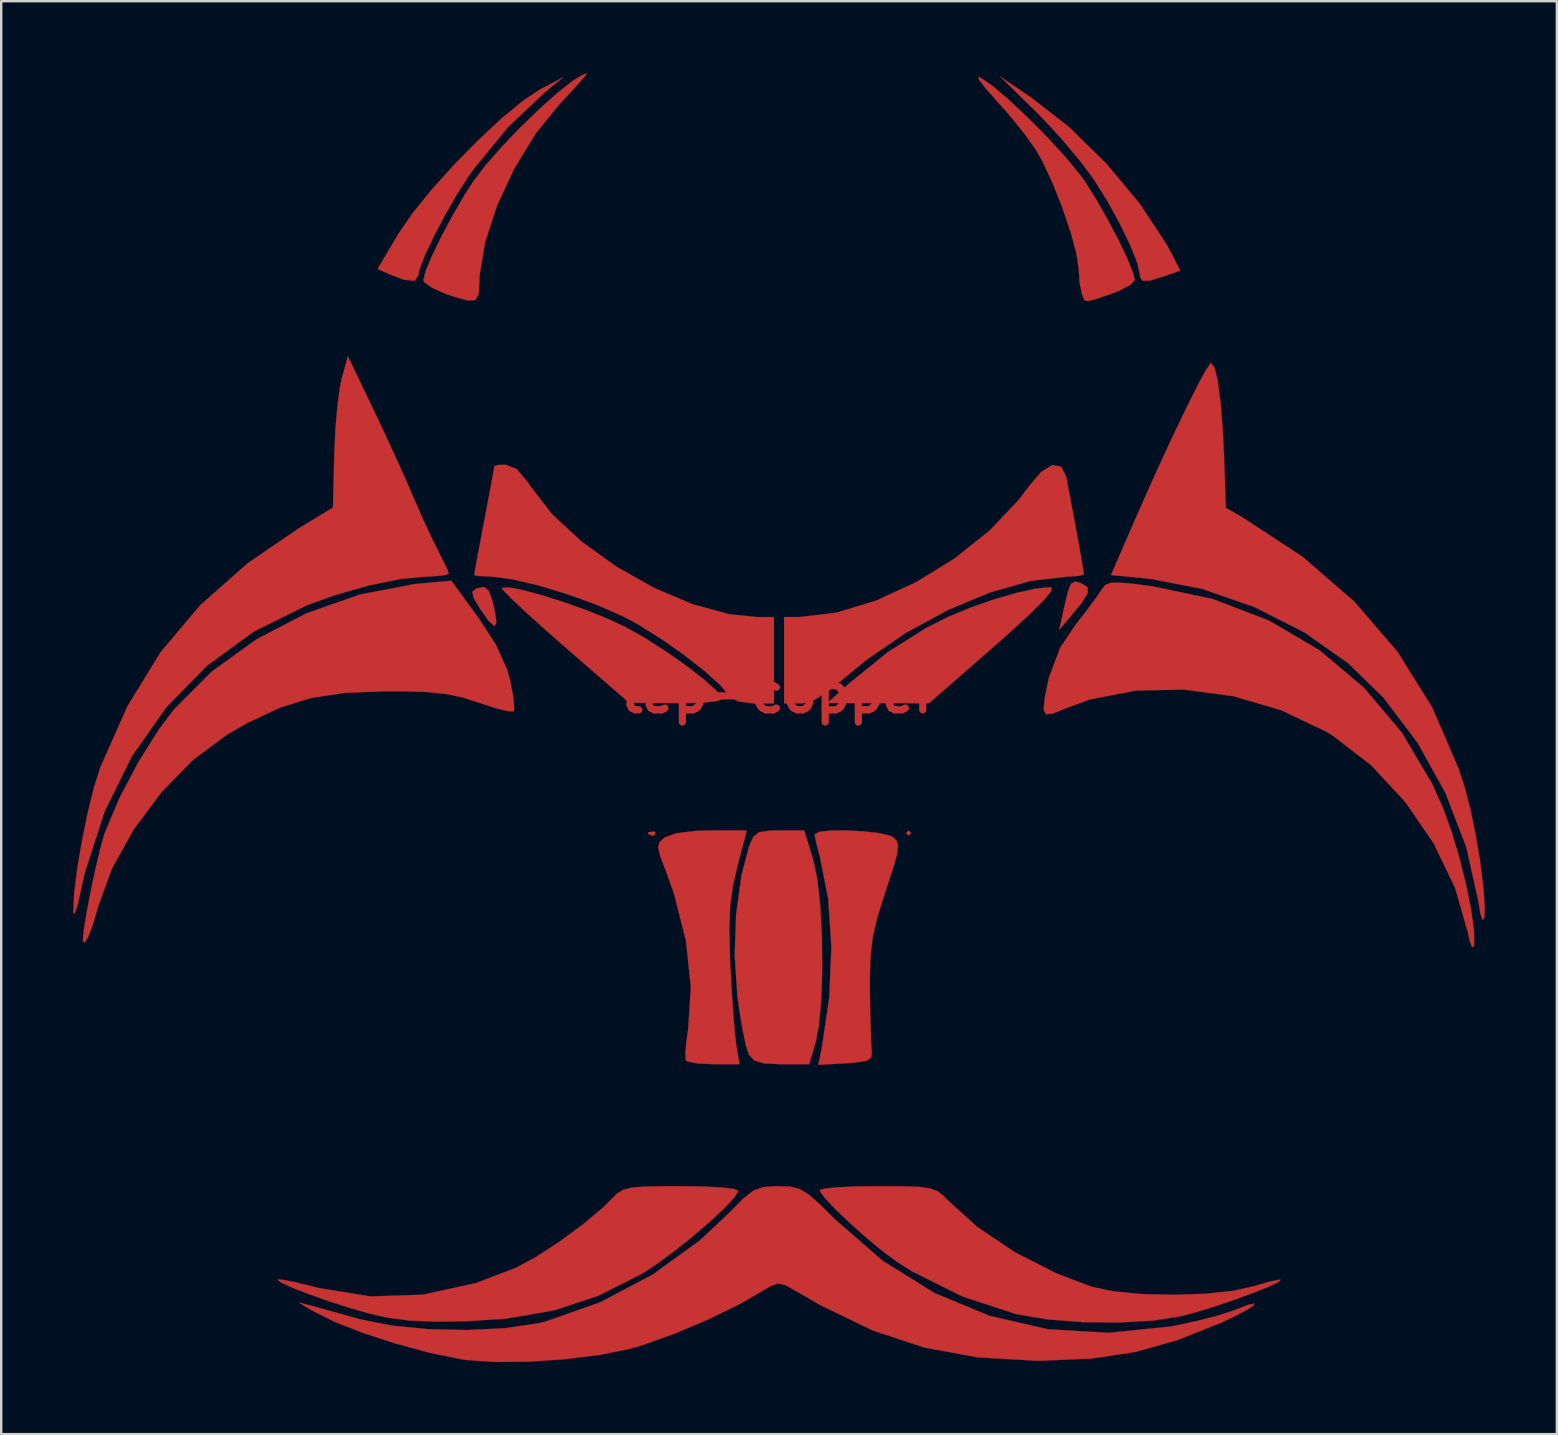
<source format=kicad_pcb>
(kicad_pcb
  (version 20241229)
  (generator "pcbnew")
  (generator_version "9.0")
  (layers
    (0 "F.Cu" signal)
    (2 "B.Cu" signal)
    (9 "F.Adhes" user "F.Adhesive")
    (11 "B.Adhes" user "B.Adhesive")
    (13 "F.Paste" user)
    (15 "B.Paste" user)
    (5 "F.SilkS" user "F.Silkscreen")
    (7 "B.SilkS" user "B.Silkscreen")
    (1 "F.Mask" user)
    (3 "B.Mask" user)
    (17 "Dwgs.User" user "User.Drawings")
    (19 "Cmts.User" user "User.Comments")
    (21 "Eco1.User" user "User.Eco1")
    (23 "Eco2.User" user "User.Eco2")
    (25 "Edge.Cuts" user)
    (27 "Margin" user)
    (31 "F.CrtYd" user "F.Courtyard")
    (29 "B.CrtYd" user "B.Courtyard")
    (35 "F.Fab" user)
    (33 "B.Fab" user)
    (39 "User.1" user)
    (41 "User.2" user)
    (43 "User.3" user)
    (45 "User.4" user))
  (footprint "tep-copper"
    (layer "F.Cu")
    (at 29.4 25.828)
    (property "Reference" "tep-copper" (at 0 0 0) (layer "F.Cu") (effects (font (size 1.524 1.524) (thickness 0.3))))
    (attr through_hole)
    (fp_poly (pts (xy 5.503 5.821) (xy 5.397 5.927) (xy 5.292 5.821) (xy 5.397 5.715) (xy 5.503 5.821)) (stroke (width 0.01) (type solid)) (fill yes) (layer "F.Cu"))
    (fp_poly (pts (xy -5.151 5.786) (xy -5.18 5.911) (xy -5.292 5.927) (xy -5.466 5.849) (xy -5.433 5.786) (xy -5.182 5.76) (xy -5.151 5.786)) (stroke (width 0.01) (type solid)) (fill yes) (layer "F.Cu"))
    (fp_poly (pts (xy 12.585 -4.584) (xy 12.847 -4.42) (xy 12.857 -4.168) (xy 12.594 -3.75) (xy 12.292 -3.379) (xy 11.673 -2.646) (xy 11.88 -3.592) (xy 12.036 -4.248) (xy 12.169 -4.574) (xy 12.34 -4.654) (xy 12.585 -4.584)) (stroke (width 0.01) (type solid)) (fill yes) (layer "F.Cu"))
    (fp_poly (pts (xy -12.085 -4.263) (xy -11.923 -3.789) (xy -11.857 -3.509) (xy -11.771 -2.957) (xy -11.849 -2.791) (xy -12.096 -3.011) (xy -12.44 -3.5) (xy -12.725 -3.98) (xy -12.774 -4.232) (xy -12.605 -4.364) (xy -12.59 -4.37) (xy -12.284 -4.43) (xy -12.085 -4.263)) (stroke (width 0.01) (type solid)) (fill yes) (layer "F.Cu"))
    (fp_poly (pts (xy 11.356 -4.406) (xy 11.337 -4.249) (xy 11 -3.847) (xy 10.358 -3.215) (xy 9.429 -2.368) (xy 8.968 -1.962) (xy 6.244 0.414) (xy 2.011 0.405) (xy 2.963 -0.446) (xy 4.534 -1.718) (xy 6.116 -2.714) (xy 7.042 -3.181) (xy 7.935 -3.554) (xy 8.913 -3.896) (xy 9.867 -4.175) (xy 10.685 -4.359) (xy 11.256 -4.417) (xy 11.356 -4.406)) (stroke (width 0.01) (type solid)) (fill yes) (layer "F.Cu"))
    (fp_poly (pts (xy 10.502 -24.816) (xy 12.097 -23.571) (xy 13.638 -22.059) (xy 15.018 -20.402) (xy 16.13 -18.717) (xy 16.369 -18.275) (xy 16.713 -17.607) (xy 16.051 -17.376) (xy 15.446 -17.189) (xy 15.138 -17.18) (xy 15.034 -17.355) (xy 15.028 -17.456) (xy 14.92 -17.937) (xy 14.626 -18.671) (xy 14.197 -19.558) (xy 13.68 -20.498) (xy 13.124 -21.39) (xy 13.107 -21.415) (xy 12.527 -22.192) (xy 11.768 -23.094) (xy 10.966 -23.963) (xy 10.707 -24.223) (xy 9.207 -25.692) (xy 10.502 -24.816)) (stroke (width 0.01) (type solid)) (fill yes) (layer "F.Cu"))
    (fp_poly (pts (xy -9.737 -25.051) (xy -11.29 -23.583) (xy -12.727 -21.826) (xy -12.936 -21.532) (xy -13.422 -20.775) (xy -13.919 -19.909) (xy -14.378 -19.034) (xy -14.748 -18.25) (xy -14.978 -17.655) (xy -15.028 -17.41) (xy -15.172 -17.183) (xy -15.616 -17.223) (xy -16.14 -17.419) (xy -16.722 -17.674) (xy -15.843 -19.156) (xy -15.262 -20.001) (xy -14.465 -20.983) (xy -13.528 -22.022) (xy -12.53 -23.038) (xy -11.55 -23.952) (xy -10.664 -24.684) (xy -9.951 -25.155) (xy -9.948 -25.156) (xy -8.996 -25.654) (xy -9.737 -25.051)) (stroke (width 0.01) (type solid)) (fill yes) (layer "F.Cu"))
    (fp_poly (pts (xy -10.694 -4.305) (xy -9.901 -4.092) (xy -8.987 -3.803) (xy -8.041 -3.468) (xy -7.153 -3.114) (xy -6.413 -2.77) (xy -6.401 -2.764) (xy -5.566 -2.29) (xy -4.686 -1.725) (xy -3.842 -1.131) (xy -3.119 -0.568) (xy -2.597 -0.098) (xy -2.364 0.213) (xy -2.528 0.315) (xy -3.068 0.382) (xy -3.941 0.41) (xy -4.269 0.409) (xy -6.244 0.395) (xy -8.945 -1.952) (xy -9.829 -2.729) (xy -10.58 -3.409) (xy -11.149 -3.944) (xy -11.485 -4.287) (xy -11.554 -4.391) (xy -11.275 -4.414) (xy -10.694 -4.305)) (stroke (width 0.01) (type solid)) (fill yes) (layer "F.Cu"))
    (fp_poly (pts (xy 1.423 6.932) (xy 1.596 7.76) (xy 1.718 8.879) (xy 1.786 10.169) (xy 1.8 11.509) (xy 1.757 12.779) (xy 1.657 13.856) (xy 1.519 14.552) (xy 1.254 15.452) (xy 0.105 15.452) (xy -0.613 15.419) (xy -1.029 15.297) (xy -1.257 15.053) (xy -1.261 15.045) (xy -1.382 14.664) (xy -1.525 13.979) (xy -1.667 13.106) (xy -1.734 12.613) (xy -1.847 10.93) (xy -1.787 9.203) (xy -1.566 7.587) (xy -1.247 6.374) (xy -1.073 5.977) (xy -0.826 5.783) (xy -0.368 5.72) (xy 0.015 5.715) (xy 1.047 5.715) (xy 1.423 6.932)) (stroke (width 0.01) (type solid)) (fill yes) (layer "F.Cu"))
    (fp_poly (pts (xy -1.745 7.25) (xy -1.928 8.054) (xy -2.034 8.831) (xy -2.071 9.713) (xy -2.05 10.834) (xy -2.03 11.324) (xy -1.972 12.404) (xy -1.905 13.405) (xy -1.836 14.208) (xy -1.781 14.658) (xy -1.647 15.452) (xy -2.716 15.452) (xy -3.346 15.423) (xy -3.778 15.349) (xy -3.881 15.293) (xy -3.902 15.012) (xy -3.853 14.455) (xy -3.783 13.97) (xy -3.673 12.232) (xy -3.876 10.321) (xy -4.378 8.336) (xy -4.703 7.432) (xy -4.948 6.786) (xy -5.038 6.413) (xy -4.977 6.195) (xy -4.771 6.012) (xy -4.758 6.003) (xy -4.28 5.83) (xy -3.469 5.732) (xy -2.855 5.715) (xy -1.345 5.715) (xy -1.745 7.25)) (stroke (width 0.01) (type solid)) (fill yes) (layer "F.Cu"))
    (fp_poly (pts (xy -8.103 -25.683) (xy -8.432 -25.308) (xy -8.93 -24.77) (xy -9.14 -24.547) (xy -10.142 -23.309) (xy -11.027 -21.863) (xy -11.744 -20.321) (xy -12.244 -18.794) (xy -12.476 -17.395) (xy -12.486 -17.092) (xy -12.515 -16.613) (xy -12.655 -16.379) (xy -12.989 -16.363) (xy -13.601 -16.54) (xy -13.917 -16.65) (xy -14.457 -16.891) (xy -14.778 -17.131) (xy -14.816 -17.216) (xy -14.713 -17.607) (xy -14.438 -18.259) (xy -14.041 -19.072) (xy -13.571 -19.948) (xy -13.081 -20.787) (xy -12.737 -21.32) (xy -12.223 -21.993) (xy -11.55 -22.761) (xy -10.785 -23.56) (xy -9.994 -24.326) (xy -9.247 -24.995) (xy -8.608 -25.503) (xy -8.146 -25.786) (xy -8.005 -25.823) (xy -8.103 -25.683)) (stroke (width 0.01) (type solid)) (fill yes) (layer "F.Cu"))
    (fp_poly (pts (xy 11.746 -9.442) (xy 11.951 -9.049) (xy 12.033 -8.642) (xy 12.158 -7.988) (xy 12.305 -7.199) (xy 12.453 -6.388) (xy 12.582 -5.668) (xy 12.671 -5.15) (xy 12.7 -4.951) (xy 12.515 -4.893) (xy 12.063 -4.862) (xy 12.012 -4.861) (xy 10.49 -4.683) (xy 8.804 -4.207) (xy 7.041 -3.474) (xy 5.293 -2.524) (xy 3.649 -1.398) (xy 2.84 -0.734) (xy 2.062 -0.094) (xy 1.476 0.273) (xy 0.998 0.416) (xy 0.867 0.423) (xy 0.212 0.423) (xy 0.212 -3.175) (xy 0.836 -3.175) (xy 2.375 -3.353) (xy 4.026 -3.852) (xy 5.702 -4.624) (xy 7.314 -5.616) (xy 8.774 -6.78) (xy 9.992 -8.065) (xy 10.387 -8.595) (xy 10.914 -9.217) (xy 11.382 -9.504) (xy 11.746 -9.442)) (stroke (width 0.01) (type solid)) (fill yes) (layer "F.Cu"))
    (fp_poly (pts (xy 3.535 5.751) (xy 4.181 5.826) (xy 4.635 5.935) (xy 4.734 5.985) (xy 4.894 6.135) (xy 4.959 6.341) (xy 4.918 6.687) (xy 4.76 7.256) (xy 4.475 8.132) (xy 4.432 8.26) (xy 4.102 9.304) (xy 3.904 10.143) (xy 3.806 10.965) (xy 3.78 11.957) (xy 3.783 12.382) (xy 3.798 13.33) (xy 3.82 14.154) (xy 3.845 14.737) (xy 3.86 14.922) (xy 3.842 15.171) (xy 3.638 15.311) (xy 3.155 15.385) (xy 2.776 15.411) (xy 1.636 15.476) (xy 1.781 14.776) (xy 2.092 12.683) (xy 2.18 10.568) (xy 2.048 8.559) (xy 1.696 6.784) (xy 1.693 6.772) (xy 1.553 6.242) (xy 1.483 5.9) (xy 1.482 5.875) (xy 1.671 5.772) (xy 2.158 5.72) (xy 2.82 5.715) (xy 3.535 5.751)) (stroke (width 0.01) (type solid)) (fill yes) (layer "F.Cu"))
    (fp_poly (pts (xy 8.372 -25.658) (xy 8.894 -25.298) (xy 9.601 -24.696) (xy 10.407 -23.937) (xy 11.227 -23.106) (xy 11.975 -22.286) (xy 12.566 -21.563) (xy 12.727 -21.339) (xy 13.204 -20.585) (xy 13.696 -19.722) (xy 14.153 -18.851) (xy 14.524 -18.07) (xy 14.759 -17.477) (xy 14.816 -17.218) (xy 14.634 -17.014) (xy 14.167 -16.767) (xy 13.826 -16.636) (xy 13.205 -16.423) (xy 12.876 -16.334) (xy 12.73 -16.368) (xy 12.656 -16.525) (xy 12.617 -16.633) (xy 12.523 -17.08) (xy 12.486 -17.639) (xy 12.394 -18.288) (xy 12.152 -19.188) (xy 11.805 -20.216) (xy 11.396 -21.248) (xy 10.972 -22.158) (xy 10.697 -22.642) (xy 10.23 -23.297) (xy 9.606 -24.073) (xy 9.017 -24.737) (xy 8.564 -25.246) (xy 8.32 -25.578) (xy 8.323 -25.678) (xy 8.372 -25.658)) (stroke (width 0.01) (type solid)) (fill yes) (layer "F.Cu"))
    (fp_poly (pts (xy -10.921 -9.333) (xy -10.445 -8.764) (xy -10.372 -8.647) (xy -9.46 -7.465) (xy -8.236 -6.327) (xy -6.794 -5.288) (xy -5.224 -4.399) (xy -3.621 -3.716) (xy -2.077 -3.292) (xy -0.908 -3.175) (xy -0.212 -3.175) (xy -0.212 0.423) (xy -1.048 0.423) (xy -1.659 0.351) (xy -2.029 0.166) (xy -2.053 0.132) (xy -2.437 -0.329) (xy -3.098 -0.926) (xy -3.944 -1.589) (xy -4.881 -2.249) (xy -5.817 -2.837) (xy -6.456 -3.183) (xy -7.545 -3.666) (xy -8.763 -4.111) (xy -9.989 -4.484) (xy -11.101 -4.747) (xy -11.977 -4.865) (xy -12.099 -4.868) (xy -12.53 -4.885) (xy -12.7 -4.922) (xy -12.663 -5.138) (xy -12.563 -5.683) (xy -12.415 -6.467) (xy -12.277 -7.197) (xy -12.104 -8.108) (xy -11.965 -8.849) (xy -11.877 -9.331) (xy -11.853 -9.472) (xy -11.673 -9.511) (xy -11.377 -9.519) (xy -10.921 -9.333)) (stroke (width 0.01) (type solid)) (fill yes) (layer "F.Cu"))
    (fp_poly (pts (xy 18.144 -13.555) (xy 18.279 -12.978) (xy 18.395 -12.077) (xy 18.487 -10.902) (xy 18.537 -9.842) (xy 18.61 -7.726) (xy 19.306 -7.327) (xy 21.818 -5.678) (xy 23.967 -3.815) (xy 25.76 -1.731) (xy 27.204 0.585) (xy 28.307 3.141) (xy 28.542 3.857) (xy 28.785 4.773) (xy 29.009 5.846) (xy 29.197 6.961) (xy 29.331 8.001) (xy 29.394 8.85) (xy 29.376 9.347) (xy 29.309 9.454) (xy 29.217 9.178) (xy 29.132 8.678) (xy 28.623 6.395) (xy 27.762 4.16) (xy 26.598 2.061) (xy 25.18 0.186) (xy 23.703 -1.256) (xy 21.875 -2.541) (xy 19.805 -3.59) (xy 17.617 -4.351) (xy 15.438 -4.771) (xy 15.249 -4.791) (xy 13.826 -4.923) (xy 14.756 -7.065) (xy 15.362 -8.44) (xy 15.963 -9.766) (xy 16.534 -10.988) (xy 17.047 -12.052) (xy 17.477 -12.904) (xy 17.796 -13.487) (xy 17.979 -13.749) (xy 17.998 -13.758) (xy 18.144 -13.555)) (stroke (width 0.01) (type solid)) (fill yes) (layer "F.Cu"))
    (fp_poly (pts (xy -3.14 20.547) (xy -2.368 20.589) (xy -1.858 20.651) (xy -1.693 20.719) (xy -1.852 20.993) (xy -2.279 21.45) (xy -2.899 22.026) (xy -3.636 22.657) (xy -4.417 23.278) (xy -5.165 23.825) (xy -5.728 24.188) (xy -7.516 25.09) (xy -9.352 25.699) (xy -11.352 26.047) (xy -13.018 26.157) (xy -14.352 26.173) (xy -15.398 26.128) (xy -16.29 26.011) (xy -17.039 25.843) (xy -17.862 25.609) (xy -18.731 25.33) (xy -19.556 25.039) (xy -20.25 24.77) (xy -20.725 24.554) (xy -20.893 24.424) (xy -20.888 24.416) (xy -20.664 24.431) (xy -20.132 24.538) (xy -19.395 24.715) (xy -19.138 24.781) (xy -17.011 25.124) (xy -14.834 25.051) (xy -12.628 24.567) (xy -10.978 23.938) (xy -10.136 23.486) (xy -9.153 22.847) (xy -8.174 22.128) (xy -7.345 21.432) (xy -7.001 21.091) (xy -6.759 20.849) (xy -6.505 20.689) (xy -6.15 20.595) (xy -5.605 20.548) (xy -4.78 20.533) (xy -4.091 20.532) (xy -3.14 20.547)) (stroke (width 0.01) (type solid)) (fill yes) (layer "F.Cu"))
    (fp_poly (pts (xy 14.845 -4.548) (xy 15.53 -4.461) (xy 18.071 -3.925) (xy 20.405 -3.03) (xy 22.51 -1.795) (xy 24.361 -0.235) (xy 25.937 1.631) (xy 27.215 3.787) (xy 27.664 4.792) (xy 28.013 5.757) (xy 28.339 6.852) (xy 28.619 7.976) (xy 28.83 9.025) (xy 28.95 9.896) (xy 28.955 10.486) (xy 28.945 10.542) (xy 28.866 10.579) (xy 28.758 10.268) (xy 28.699 9.988) (xy 28.161 8.103) (xy 27.266 6.249) (xy 26.077 4.516) (xy 24.658 2.993) (xy 23.071 1.768) (xy 22.779 1.59) (xy 20.915 0.704) (xy 18.916 0.119) (xy 16.867 -0.156) (xy 14.853 -0.113) (xy 12.96 0.254) (xy 11.906 0.638) (xy 11.406 0.844) (xy 11.121 0.879) (xy 11.019 0.681) (xy 11.069 0.191) (xy 11.242 -0.652) (xy 11.243 -0.658) (xy 11.713 -1.901) (xy 12.354 -2.857) (xy 12.842 -3.484) (xy 13.242 -4.026) (xy 13.447 -4.331) (xy 13.585 -4.508) (xy 13.803 -4.599) (xy 14.193 -4.611) (xy 14.845 -4.548)) (stroke (width 0.01) (type solid)) (fill yes) (layer "F.Cu"))
    (fp_poly (pts (xy 5.133 20.536) (xy 5.841 20.561) (xy 6.303 20.624) (xy 6.609 20.741) (xy 6.848 20.93) (xy 7.001 21.091) (xy 8.257 22.23) (xy 9.819 23.28) (xy 11.571 24.172) (xy 13.018 24.72) (xy 13.925 24.912) (xy 15.109 25.024) (xy 16.429 25.058) (xy 17.746 25.013) (xy 18.92 24.89) (xy 19.781 24.699) (xy 20.384 24.52) (xy 20.798 24.429) (xy 20.904 24.432) (xy 20.772 24.544) (xy 20.326 24.747) (xy 19.661 25.009) (xy 18.866 25.297) (xy 18.034 25.576) (xy 17.257 25.813) (xy 16.771 25.942) (xy 15.595 26.128) (xy 14.166 26.211) (xy 12.638 26.194) (xy 11.167 26.078) (xy 9.91 25.866) (xy 9.842 25.849) (xy 7.626 25.12) (xy 5.547 24.083) (xy 4.928 23.692) (xy 4.339 23.258) (xy 3.666 22.703) (xy 2.986 22.1) (xy 2.379 21.523) (xy 1.925 21.044) (xy 1.703 20.738) (xy 1.693 20.698) (xy 1.891 20.632) (xy 2.428 20.578) (xy 3.219 20.543) (xy 4.091 20.532) (xy 5.133 20.536)) (stroke (width 0.01) (type solid)) (fill yes) (layer "F.Cu"))
    (fp_poly (pts (xy -16.902 -11.832) (xy -16.397 -10.762) (xy -15.885 -9.65) (xy -15.44 -8.655) (xy -15.222 -8.149) (xy -14.85 -7.296) (xy -14.475 -6.482) (xy -14.178 -5.885) (xy -14.178 -5.885) (xy -13.917 -5.373) (xy -13.77 -5.035) (xy -13.758 -4.985) (xy -13.947 -4.913) (xy -14.422 -4.87) (xy -14.658 -4.865) (xy -15.743 -4.766) (xy -17.069 -4.496) (xy -18.505 -4.086) (xy -19.658 -3.672) (xy -21.86 -2.582) (xy -23.823 -1.153) (xy -25.528 0.59) (xy -26.958 2.623) (xy -28.093 4.924) (xy -28.916 7.469) (xy -29.116 8.361) (xy -29.248 8.928) (xy -29.348 9.194) (xy -29.395 9.102) (xy -29.365 8.364) (xy -29.24 7.348) (xy -29.044 6.184) (xy -28.801 4.999) (xy -28.535 3.922) (xy -28.272 3.086) (xy -27.137 0.531) (xy -25.764 -1.705) (xy -24.107 -3.672) (xy -22.126 -5.423) (xy -20.002 -6.872) (xy -18.58 -7.738) (xy -18.527 -9.954) (xy -18.479 -10.998) (xy -18.393 -11.99) (xy -18.284 -12.787) (xy -18.216 -13.102) (xy -17.958 -14.034) (xy -16.902 -11.832)) (stroke (width 0.01) (type solid)) (fill yes) (layer "F.Cu"))
    (fp_poly (pts (xy -12.557 -3.194) (xy -11.785 -2.01) (xy -11.319 -0.962) (xy -11.2 -0.531) (xy -11.076 0.125) (xy -11.03 0.597) (xy -11.054 0.753) (xy -11.296 0.745) (xy -11.82 0.614) (xy -12.513 0.388) (xy -12.517 0.387) (xy -13.206 0.168) (xy -13.88 0.027) (xy -14.661 -0.052) (xy -15.673 -0.083) (xy -16.404 -0.085) (xy -18.083 -0.018) (xy -19.502 0.198) (xy -20.808 0.604) (xy -22.151 1.239) (xy -22.988 1.719) (xy -24.397 2.764) (xy -25.72 4.115) (xy -26.878 5.666) (xy -27.793 7.311) (xy -28.384 8.942) (xy -28.398 8.996) (xy -28.581 9.637) (xy -28.766 10.125) (xy -28.916 10.381) (xy -28.994 10.33) (xy -28.998 10.255) (xy -28.951 9.797) (xy -28.827 9.057) (xy -28.654 8.165) (xy -28.458 7.249) (xy -28.266 6.439) (xy -28.103 5.864) (xy -28.085 5.813) (xy -27.475 4.366) (xy -26.685 2.864) (xy -25.813 1.481) (xy -25.199 0.668) (xy -23.636 -0.9) (xy -21.771 -2.246) (xy -19.686 -3.331) (xy -17.463 -4.113) (xy -15.182 -4.549) (xy -14.922 -4.575) (xy -13.652 -4.689) (xy -12.557 -3.194)) (stroke (width 0.01) (type solid)) (fill yes) (layer "F.Cu"))
    (fp_poly (pts (xy 0.458 20.55) (xy 0.845 20.644) (xy 1.229 20.873) (xy 1.71 21.296) (xy 2.334 21.916) (xy 4.321 23.641) (xy 6.477 24.983) (xy 8.778 25.935) (xy 11.2 26.49) (xy 13.72 26.64) (xy 16.313 26.377) (xy 16.475 26.347) (xy 17.395 26.15) (xy 18.256 25.928) (xy 18.891 25.725) (xy 18.955 25.699) (xy 19.55 25.472) (xy 19.804 25.421) (xy 19.746 25.517) (xy 19.405 25.731) (xy 18.812 26.034) (xy 18.423 26.214) (xy 16.573 26.951) (xy 14.82 27.44) (xy 13.008 27.712) (xy 10.978 27.799) (xy 10.689 27.799) (xy 8.268 27.66) (xy 6.044 27.251) (xy 3.905 26.541) (xy 1.739 25.496) (xy 0.787 24.946) (xy 0.274 24.657) (xy -0.054 24.58) (xy -0.372 24.702) (xy -0.588 24.838) (xy -1.648 25.448) (xy -2.954 26.083) (xy -4.339 26.671) (xy -5.639 27.137) (xy -6.244 27.313) (xy -7.481 27.56) (xy -8.925 27.739) (xy -10.429 27.84) (xy -11.848 27.853) (xy -13.032 27.771) (xy -13.229 27.742) (xy -14.543 27.473) (xy -15.946 27.095) (xy -17.312 26.65) (xy -18.515 26.179) (xy -19.432 25.722) (xy -19.473 25.697) (xy -20.003 25.373) (xy -19.473 25.515) (xy -19.005 25.643) (xy -18.285 25.843) (xy -17.468 26.072) (xy -17.462 26.073) (xy -16.159 26.336) (xy -14.616 26.487) (xy -12.983 26.524) (xy -11.412 26.445) (xy -10.054 26.248) (xy -9.737 26.173) (xy -7.463 25.373) (xy -5.278 24.222) (xy -3.292 22.785) (xy -2.049 21.614) (xy -1.484 21.039) (xy -1.065 20.714) (xy -0.661 20.569) (xy -0.139 20.532) (xy -0.032 20.532) (xy 0.458 20.55)) (stroke (width 0.01) (type solid)) (fill yes) (layer "F.Cu")))
  (gr_rect
    (start -3 -3)
    (end 61.799 56.687)
    (stroke (width 0.1) (type default))
    (fill no)
    (layer "Edge.Cuts")))
</source>
